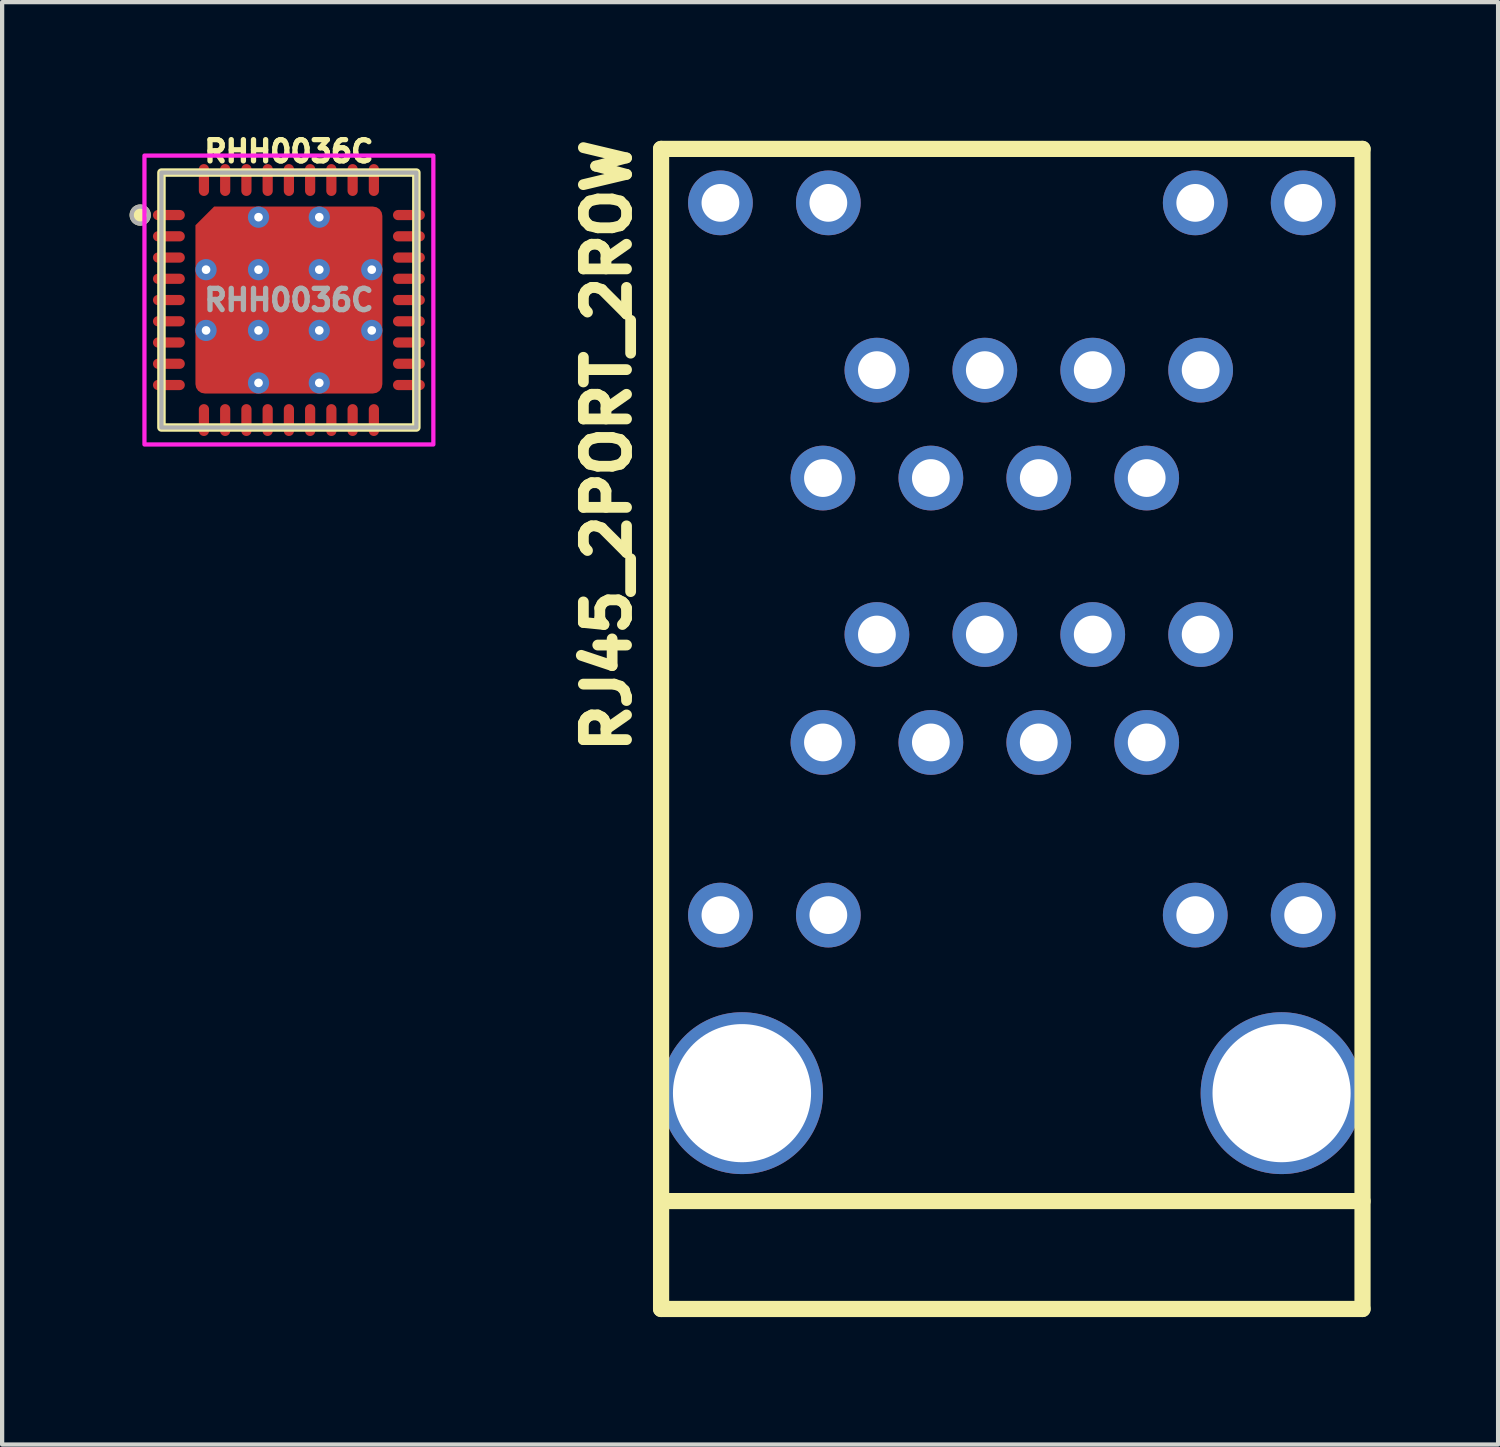
<source format=kicad_pcb>
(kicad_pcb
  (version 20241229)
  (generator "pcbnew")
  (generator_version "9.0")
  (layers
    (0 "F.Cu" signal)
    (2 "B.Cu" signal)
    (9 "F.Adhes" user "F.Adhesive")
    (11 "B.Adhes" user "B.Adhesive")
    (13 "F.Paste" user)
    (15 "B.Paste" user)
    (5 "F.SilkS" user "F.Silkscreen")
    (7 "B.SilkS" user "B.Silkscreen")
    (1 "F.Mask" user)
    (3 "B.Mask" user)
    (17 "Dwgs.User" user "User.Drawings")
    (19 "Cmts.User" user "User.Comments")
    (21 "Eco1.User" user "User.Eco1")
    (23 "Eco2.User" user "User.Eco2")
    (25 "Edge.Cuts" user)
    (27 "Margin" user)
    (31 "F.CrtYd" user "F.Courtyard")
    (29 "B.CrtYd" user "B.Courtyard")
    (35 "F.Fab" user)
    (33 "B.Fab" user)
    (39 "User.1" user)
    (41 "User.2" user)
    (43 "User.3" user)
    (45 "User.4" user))
  (footprint "RJ45_2PORT_2ROW"
    (layer "F.Cu")
    (at 20.765 22.68)
    (property "Reference" "RJ45_2PORT_2ROW" (at -9.525 -15.24 90) (layer "F.SilkS") (effects (font (size 1.016 1.016) (thickness 0.254))))
    (property "Value" "${VALUE}" (at -9.525 0 90) (layer "F.SilkS") (hide yes) (effects (font (size 1.016 1.016) (thickness 0.254))))
    (attr through_hole)
    (fp_line (start -8.255 2.54) (end 8.255 2.54) (stroke (width 0.381) (type solid)) (layer "F.SilkS"))
    (fp_line (start -8.255 5.08) (end -8.255 -22.225) (stroke (width 0.381) (type solid)) (layer "F.SilkS"))
    (fp_line (start -8.255 5.08) (end 8.255 5.08) (stroke (width 0.381) (type solid)) (layer "F.SilkS"))
    (fp_line (start 8.255 -22.225) (end -8.255 -22.225) (stroke (width 0.381) (type solid)) (layer "F.SilkS"))
    (fp_line (start 8.255 5.08) (end 8.255 -22.225) (stroke (width 0.381) (type solid)) (layer "F.SilkS"))
    (pad "" thru_hole circle (at -6.858 -20.955) (size 1.524 1.524) (drill 0.889) (layers "*.Cu" "*.Mask"))
    (pad "" thru_hole circle (at -6.858 -4.191) (size 1.524 1.524) (drill 0.889) (layers "*.Cu" "*.Mask"))
    (pad "" thru_hole circle (at -6.35 0) (size 3.81 3.81) (drill 3.251) (layers "*.Cu" "*.Mask"))
    (pad "" thru_hole circle (at -4.318 -20.955) (size 1.524 1.524) (drill 0.889) (layers "*.Cu" "*.Mask"))
    (pad "" thru_hole circle (at -4.318 -4.191) (size 1.524 1.524) (drill 0.889) (layers "*.Cu" "*.Mask"))
    (pad "" thru_hole circle (at 4.318 -20.955) (size 1.524 1.524) (drill 0.889) (layers "*.Cu" "*.Mask"))
    (pad "" thru_hole circle (at 4.318 -4.191) (size 1.524 1.524) (drill 0.889) (layers "*.Cu" "*.Mask"))
    (pad "" thru_hole circle (at 6.35 0) (size 3.81 3.81) (drill 3.251) (layers "*.Cu" "*.Mask"))
    (pad "" thru_hole circle (at 6.858 -20.955) (size 1.524 1.524) (drill 0.889) (layers "*.Cu" "*.Mask"))
    (pad "" thru_hole circle (at 6.858 -4.191) (size 1.524 1.524) (drill 0.889) (layers "*.Cu" "*.Mask"))
    (pad "1" thru_hole circle (at -4.445 -8.255) (size 1.524 1.524) (drill 0.889) (layers "*.Cu" "*.Mask"))
    (pad "2" thru_hole circle (at -3.175 -10.795) (size 1.524 1.524) (drill 0.889) (layers "*.Cu" "*.Mask"))
    (pad "3" thru_hole circle (at -1.905 -8.255) (size 1.524 1.524) (drill 0.889) (layers "*.Cu" "*.Mask"))
    (pad "4" thru_hole circle (at -0.635 -10.795) (size 1.524 1.524) (drill 0.889) (layers "*.Cu" "*.Mask"))
    (pad "5" thru_hole circle (at 0.635 -8.255) (size 1.524 1.524) (drill 0.889) (layers "*.Cu" "*.Mask"))
    (pad "6" thru_hole circle (at 1.905 -10.795) (size 1.524 1.524) (drill 0.889) (layers "*.Cu" "*.Mask"))
    (pad "7" thru_hole circle (at 3.175 -8.255) (size 1.524 1.524) (drill 0.889) (layers "*.Cu" "*.Mask"))
    (pad "8" thru_hole circle (at 4.445 -10.795) (size 1.524 1.524) (drill 0.889) (layers "*.Cu" "*.Mask"))
    (pad "9" thru_hole circle (at 4.445 -17.018) (size 1.524 1.524) (drill 0.889) (layers "*.Cu" "*.Mask"))
    (pad "10" thru_hole circle (at 3.175 -14.478) (size 1.524 1.524) (drill 0.889) (layers "*.Cu" "*.Mask"))
    (pad "11" thru_hole circle (at 1.905 -17.018) (size 1.524 1.524) (drill 0.889) (layers "*.Cu" "*.Mask"))
    (pad "12" thru_hole circle (at 0.635 -14.478) (size 1.524 1.524) (drill 0.889) (layers "*.Cu" "*.Mask"))
    (pad "13" thru_hole circle (at -0.635 -17.018) (size 1.524 1.524) (drill 0.889) (layers "*.Cu" "*.Mask"))
    (pad "14" thru_hole circle (at -1.905 -14.478) (size 1.524 1.524) (drill 0.889) (layers "*.Cu" "*.Mask"))
    (pad "15" thru_hole circle (at -3.175 -17.018) (size 1.524 1.524) (drill 0.889) (layers "*.Cu" "*.Mask"))
    (pad "16" thru_hole circle (at -4.445 -14.478) (size 1.524 1.524) (drill 0.889) (layers "*.Cu" "*.Mask")))
  (footprint "RHH0036C"
    (layer "F.Cu")
    (at 3.75 4.012)
    (property "Reference" "RHH0036C" (at 0 -3.5 0) (unlocked yes) (layer "F.SilkS") (effects (font (size 0.5 0.5) (thickness 0.125) (bold yes))))
    (attr smd)
    (fp_rect (start -3 -3) (end 3 3) (stroke (width 0.2) (type solid)) (fill no) (layer "F.SilkS"))
    (fp_circle (center -3.5 -2) (end -3.3 -2) (stroke (width 0.1) (type solid)) (fill yes) (layer "F.SilkS"))
    (fp_poly (pts (xy -0.815 -2.045) (xy -2.045 -2.045) (xy -2.045 -0.815) (xy -0.815 -0.815)) (stroke (width 0) (type solid)) (fill yes) (layer "F.Paste"))
    (fp_poly (pts (xy -0.815 -0.615) (xy -2.045 -0.615) (xy -2.045 0.615) (xy -0.815 0.615)) (stroke (width 0) (type solid)) (fill yes) (layer "F.Paste"))
    (fp_poly (pts (xy -0.815 0.815) (xy -2.045 0.815) (xy -2.045 2.045) (xy -0.815 2.045)) (stroke (width 0) (type solid)) (fill yes) (layer "F.Paste"))
    (fp_poly (pts (xy -0.615 -0.815) (xy 0.615 -0.815) (xy 0.615 -2.045) (xy -0.615 -2.045)) (stroke (width 0) (type solid)) (fill yes) (layer "F.Paste"))
    (fp_poly (pts (xy -0.615 0.615) (xy 0.615 0.615) (xy 0.615 -0.615) (xy -0.615 -0.615)) (stroke (width 0) (type solid)) (fill yes) (layer "F.Paste"))
    (fp_poly (pts (xy -0.615 2.045) (xy 0.615 2.045) (xy 0.615 0.815) (xy -0.615 0.815)) (stroke (width 0) (type solid)) (fill yes) (layer "F.Paste"))
    (fp_poly (pts (xy 0.815 -0.815) (xy 2.045 -0.815) (xy 2.045 -2.045) (xy 0.815 -2.045)) (stroke (width 0) (type solid)) (fill yes) (layer "F.Paste"))
    (fp_poly (pts (xy 0.815 0.615) (xy 2.045 0.615) (xy 2.045 -0.615) (xy 0.815 -0.615)) (stroke (width 0) (type solid)) (fill yes) (layer "F.Paste"))
    (fp_poly (pts (xy 0.815 2.045) (xy 2.045 2.045) (xy 2.045 0.815) (xy 0.815 0.815)) (stroke (width 0) (type solid)) (fill yes) (layer "F.Paste"))
    (fp_rect (start -3.4 -3.4) (end 3.4 3.4) (stroke (width 0.1) (type solid)) (fill no) (layer "F.CrtYd"))
    (fp_rect (start -3 -3) (end 3 3) (stroke (width 0.1) (type solid)) (fill no) (layer "F.Fab"))
    (fp_circle (center -3.5 -2) (end -3.3 -2) (stroke (width 0.1) (type solid)) (fill no) (layer "F.Fab"))
    (fp_text user "${REFERENCE}" (at 0 0 0) (unlocked yes) (layer "F.Fab") (effects (font (size 0.5 0.5) (thickness 0.125) (bold yes))))
    (pad "1" smd oval (at -2.825 -2 90) (size 0.24 0.75) (layers "F.Cu" "F.Mask" "F.Paste"))
    (pad "2" smd oval (at -2.825 -1.5 90) (size 0.24 0.75) (layers "F.Cu" "F.Mask" "F.Paste"))
    (pad "3" smd oval (at -2.825 -1 90) (size 0.24 0.75) (layers "F.Cu" "F.Mask" "F.Paste"))
    (pad "4" smd oval (at -2.825 -0.5 90) (size 0.24 0.75) (layers "F.Cu" "F.Mask" "F.Paste"))
    (pad "5" smd oval (at -2.825 0 90) (size 0.24 0.75) (layers "F.Cu" "F.Mask" "F.Paste"))
    (pad "6" smd oval (at -2.825 0.5 90) (size 0.24 0.75) (layers "F.Cu" "F.Mask" "F.Paste"))
    (pad "7" smd oval (at -2.825 1 90) (size 0.24 0.75) (layers "F.Cu" "F.Mask" "F.Paste"))
    (pad "8" smd oval (at -2.825 1.5 90) (size 0.24 0.75) (layers "F.Cu" "F.Mask" "F.Paste"))
    (pad "9" smd oval (at -2.825 2 90) (size 0.24 0.75) (layers "F.Cu" "F.Mask" "F.Paste"))
    (pad "10" smd oval (at -2 2.825) (size 0.24 0.75) (layers "F.Cu" "F.Mask" "F.Paste"))
    (pad "11" smd oval (at -1.5 2.825) (size 0.24 0.75) (layers "F.Cu" "F.Mask" "F.Paste"))
    (pad "12" smd oval (at -1 2.825) (size 0.24 0.75) (layers "F.Cu" "F.Mask" "F.Paste"))
    (pad "13" smd oval (at -0.5 2.825) (size 0.24 0.75) (layers "F.Cu" "F.Mask" "F.Paste"))
    (pad "14" smd oval (at 0 2.825) (size 0.24 0.75) (layers "F.Cu" "F.Mask" "F.Paste"))
    (pad "15" smd oval (at 0.5 2.825) (size 0.24 0.75) (layers "F.Cu" "F.Mask" "F.Paste"))
    (pad "16" smd oval (at 1 2.825) (size 0.24 0.75) (layers "F.Cu" "F.Mask" "F.Paste"))
    (pad "17" smd oval (at 1.5 2.825) (size 0.24 0.75) (layers "F.Cu" "F.Mask" "F.Paste"))
    (pad "18" smd oval (at 2 2.825) (size 0.24 0.75) (layers "F.Cu" "F.Mask" "F.Paste"))
    (pad "19" smd oval (at 2.825 2 90) (size 0.24 0.75) (layers "F.Cu" "F.Mask" "F.Paste"))
    (pad "20" smd oval (at 2.825 1.5 90) (size 0.24 0.75) (layers "F.Cu" "F.Mask" "F.Paste"))
    (pad "21" smd oval (at 2.825 1 90) (size 0.24 0.75) (layers "F.Cu" "F.Mask" "F.Paste"))
    (pad "22" smd oval (at 2.825 0.5 90) (size 0.24 0.75) (layers "F.Cu" "F.Mask" "F.Paste"))
    (pad "23" smd oval (at 2.825 0 90) (size 0.24 0.75) (layers "F.Cu" "F.Mask" "F.Paste"))
    (pad "24" smd oval (at 2.825 -0.5 90) (size 0.24 0.75) (layers "F.Cu" "F.Mask" "F.Paste"))
    (pad "25" smd oval (at 2.825 -1 90) (size 0.24 0.75) (layers "F.Cu" "F.Mask" "F.Paste"))
    (pad "26" smd oval (at 2.825 -1.5 90) (size 0.24 0.75) (layers "F.Cu" "F.Mask" "F.Paste"))
    (pad "27" smd oval (at 2.825 -2 90) (size 0.24 0.75) (layers "F.Cu" "F.Mask" "F.Paste"))
    (pad "28" smd oval (at 2 -2.825) (size 0.24 0.75) (layers "F.Cu" "F.Mask" "F.Paste"))
    (pad "29" smd oval (at 1.5 -2.825) (size 0.24 0.75) (layers "F.Cu" "F.Mask" "F.Paste"))
    (pad "30" smd oval (at 1 -2.825) (size 0.24 0.75) (layers "F.Cu" "F.Mask" "F.Paste"))
    (pad "31" smd oval (at 0.5 -2.825) (size 0.24 0.75) (layers "F.Cu" "F.Mask" "F.Paste"))
    (pad "32" smd oval (at 0 -2.825) (size 0.24 0.75) (layers "F.Cu" "F.Mask" "F.Paste"))
    (pad "33" smd oval (at -0.5 -2.825) (size 0.24 0.75) (layers "F.Cu" "F.Mask" "F.Paste"))
    (pad "34" smd oval (at -1 -2.825) (size 0.24 0.75) (layers "F.Cu" "F.Mask" "F.Paste"))
    (pad "35" smd oval (at -1.5 -2.825) (size 0.24 0.75) (layers "F.Cu" "F.Mask" "F.Paste"))
    (pad "36" smd oval (at -2 -2.825) (size 0.24 0.75) (layers "F.Cu" "F.Mask" "F.Paste"))
    (pad "37" thru_hole circle (at -1.95 -0.715) (size 0.5 0.5) (drill 0.203) (layers "*.Cu" "*.Mask"))
    (pad "37" thru_hole circle (at -1.95 0.715) (size 0.5 0.5) (drill 0.203) (layers "*.Cu" "*.Mask"))
    (pad "37" thru_hole circle (at -0.715 -1.95) (size 0.5 0.5) (drill 0.203) (layers "*.Cu" "*.Mask"))
    (pad "37" thru_hole circle (at -0.715 -0.715) (size 0.5 0.5) (drill 0.203) (layers "*.Cu" "*.Mask"))
    (pad "37" thru_hole circle (at -0.715 0.715) (size 0.5 0.5) (drill 0.203) (layers "*.Cu" "*.Mask"))
    (pad "37" thru_hole circle (at -0.715 1.95) (size 0.5 0.5) (drill 0.203) (layers "*.Cu" "*.Mask"))
    (pad "37" smd roundrect (at 0 0) (size 4.4 4.4) (layers "F.Cu" "F.Mask") (roundrect_rratio 0.05) (chamfer_ratio 0.1) (chamfer top_left))
    (pad "37" thru_hole circle (at 0.715 -1.95) (size 0.5 0.5) (drill 0.203) (layers "*.Cu" "*.Mask"))
    (pad "37" thru_hole circle (at 0.715 -0.715) (size 0.5 0.5) (drill 0.203) (layers "*.Cu" "*.Mask"))
    (pad "37" thru_hole circle (at 0.715 0.715) (size 0.5 0.5) (drill 0.203) (layers "*.Cu" "*.Mask"))
    (pad "37" thru_hole circle (at 0.715 1.95) (size 0.5 0.5) (drill 0.203) (layers "*.Cu" "*.Mask"))
    (pad "37" thru_hole circle (at 1.95 -0.715) (size 0.5 0.5) (drill 0.203) (layers "*.Cu" "*.Mask"))
    (pad "37" thru_hole circle (at 1.95 0.715) (size 0.5 0.5) (drill 0.203) (layers "*.Cu" "*.Mask")))
  (gr_rect
    (start -3 -3)
    (end 32.211 30.95)
    (stroke (width 0.1) (type default))
    (fill no)
    (layer "Edge.Cuts")))
</source>
